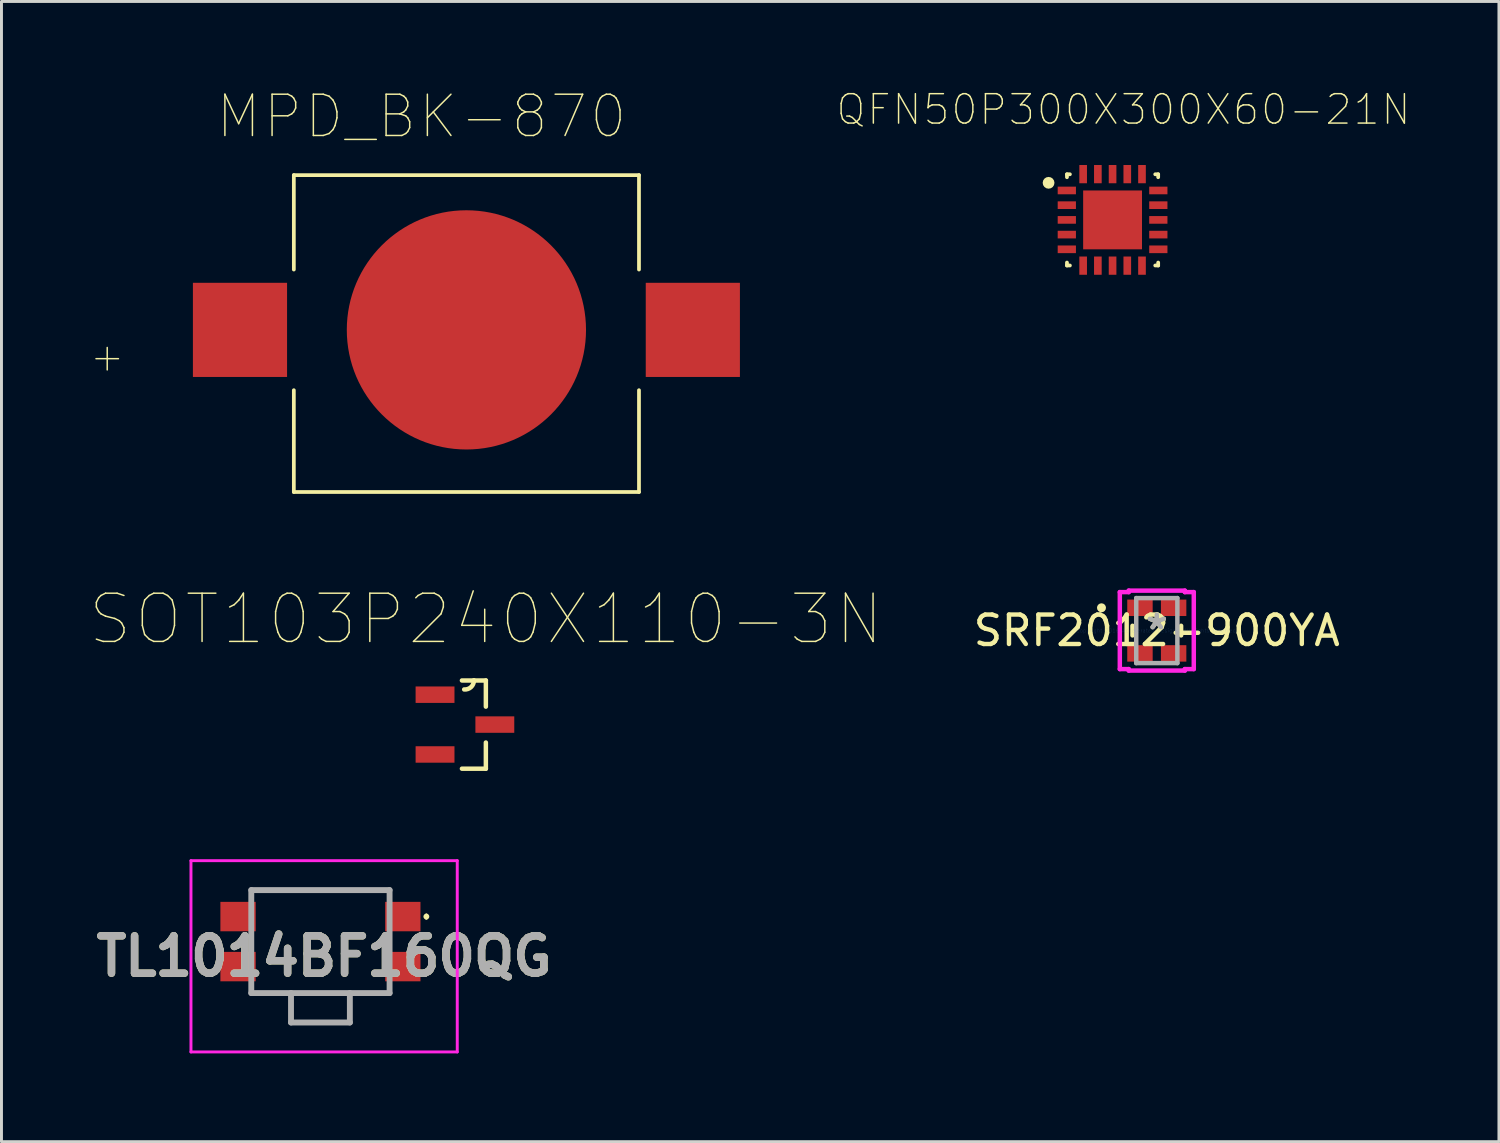
<source format=kicad_pcb>
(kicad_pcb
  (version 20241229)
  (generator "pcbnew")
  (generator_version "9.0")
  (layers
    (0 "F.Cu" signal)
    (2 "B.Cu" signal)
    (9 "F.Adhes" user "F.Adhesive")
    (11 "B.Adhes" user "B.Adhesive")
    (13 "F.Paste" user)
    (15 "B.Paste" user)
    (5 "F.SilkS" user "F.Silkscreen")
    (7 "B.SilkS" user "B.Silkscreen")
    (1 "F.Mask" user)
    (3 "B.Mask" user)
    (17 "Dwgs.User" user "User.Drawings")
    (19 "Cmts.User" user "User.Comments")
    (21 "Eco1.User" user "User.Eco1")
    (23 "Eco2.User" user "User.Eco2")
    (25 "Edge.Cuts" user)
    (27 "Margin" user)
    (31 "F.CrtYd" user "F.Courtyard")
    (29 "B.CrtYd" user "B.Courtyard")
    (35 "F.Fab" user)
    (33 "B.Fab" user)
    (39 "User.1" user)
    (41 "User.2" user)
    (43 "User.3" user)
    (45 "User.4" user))
  (footprint "SRF2012-900YA"
    (layer "F.Cu")
    (at 36.264 18.381)
    (property "Reference" "SRF2012-900YA" (at 0 0 0) (layer "F.SilkS") (effects (font (size 1 1) (thickness 0.15))))
    (attr through_hole)
    (fp_line (start -0.826 -0.163) (end -0.826 0.163) (stroke (width 0.152) (type solid)) (layer "F.SilkS"))
    (fp_line (start 0.826 0.163) (end 0.826 -0.163) (stroke (width 0.152) (type solid)) (layer "F.SilkS"))
    (fp_circle (center -1.88 -0.775) (end -1.803 -0.775) (stroke (width 0.152) (type solid)) (fill no) (layer "F.SilkS"))
    (fp_line (start -1.257 -1.308) (end -0.953 -1.308) (stroke (width 0.152) (type solid)) (layer "F.CrtYd"))
    (fp_line (start -1.257 1.308) (end -1.257 -1.308) (stroke (width 0.152) (type solid)) (layer "F.CrtYd"))
    (fp_line (start -0.953 -1.359) (end 0.953 -1.359) (stroke (width 0.152) (type solid)) (layer "F.CrtYd"))
    (fp_line (start -0.953 -1.308) (end -0.953 -1.359) (stroke (width 0.152) (type solid)) (layer "F.CrtYd"))
    (fp_line (start -0.953 1.308) (end -1.257 1.308) (stroke (width 0.152) (type solid)) (layer "F.CrtYd"))
    (fp_line (start -0.953 1.359) (end -0.953 1.308) (stroke (width 0.152) (type solid)) (layer "F.CrtYd"))
    (fp_line (start 0.953 -1.359) (end 0.953 -1.308) (stroke (width 0.152) (type solid)) (layer "F.CrtYd"))
    (fp_line (start 0.953 -1.308) (end 1.257 -1.308) (stroke (width 0.152) (type solid)) (layer "F.CrtYd"))
    (fp_line (start 0.953 1.308) (end 0.953 1.359) (stroke (width 0.152) (type solid)) (layer "F.CrtYd"))
    (fp_line (start 0.953 1.359) (end -0.953 1.359) (stroke (width 0.152) (type solid)) (layer "F.CrtYd"))
    (fp_line (start 1.257 -1.308) (end 1.257 1.308) (stroke (width 0.152) (type solid)) (layer "F.CrtYd"))
    (fp_line (start 1.257 1.308) (end 0.953 1.308) (stroke (width 0.152) (type solid)) (layer "F.CrtYd"))
    (fp_line (start -0.699 -1.105) (end -0.699 1.105) (stroke (width 0.152) (type solid)) (layer "F.Fab"))
    (fp_line (start -0.699 1.105) (end 0.699 1.105) (stroke (width 0.152) (type solid)) (layer "F.Fab"))
    (fp_line (start 0.699 -1.105) (end -0.699 -1.105) (stroke (width 0.152) (type solid)) (layer "F.Fab"))
    (fp_line (start 0.699 1.105) (end 0.699 -1.105) (stroke (width 0.152) (type solid)) (layer "F.Fab"))
    (fp_text user "*" (at 0 0 0) (layer "F.SilkS") (effects (font (size 1 1) (thickness 0.15))))
    (fp_text user "Copyright 2016 Accelerated Designs. All rights reserved." (at 0 0 0) (layer "Cmts.User") (effects (font (size 0.127 0.127) (thickness 0.002))))
    (fp_text user "*" (at 0 0 0) (layer "F.Fab") (effects (font (size 1 1) (thickness 0.15))))
    (pad "1" smd rect (at -0.572 -0.775) (size 0.864 0.559) (layers "F.Cu" "F.Mask" "F.Paste"))
    (pad "2" smd rect (at -0.572 0.775) (size 0.864 0.559) (layers "F.Cu" "F.Mask" "F.Paste"))
    (pad "3" smd rect (at 0.572 0.775) (size 0.864 0.559) (layers "F.Cu" "F.Mask" "F.Paste"))
    (pad "4" smd rect (at 0.572 -0.775) (size 0.864 0.559) (layers "F.Cu" "F.Mask" "F.Paste")))
  (footprint "MPD_BK-870"
    (layer "F.Cu")
    (at 12.801 8.161)
    (property "Reference" "MPD_BK-870" (at -1.527 -7.253 0) (layer "F.SilkS") (effects (font (size 1.403 1.403) (thickness 0.05))))
    (attr smd)
    (fp_line (start -5.865 -5.26) (end 5.865 -5.26) (stroke (width 0.127) (type solid)) (layer "F.SilkS"))
    (fp_line (start -5.865 -2.05) (end -5.865 -5.26) (stroke (width 0.127) (type solid)) (layer "F.SilkS"))
    (fp_line (start -5.865 5.51) (end -5.865 2.05) (stroke (width 0.127) (type solid)) (layer "F.SilkS"))
    (fp_line (start 5.865 -5.26) (end 5.865 -2.05) (stroke (width 0.127) (type solid)) (layer "F.SilkS"))
    (fp_line (start 5.865 2.05) (end 5.865 5.51) (stroke (width 0.127) (type solid)) (layer "F.SilkS"))
    (fp_line (start 5.865 5.51) (end -5.865 5.51) (stroke (width 0.127) (type solid)) (layer "F.SilkS"))
    (fp_line (start -9.545 -1.85) (end -6.115 -1.85) (stroke (width 0.05) (type solid)) (layer "Eco1.User"))
    (fp_line (start -9.545 1.85) (end -9.545 -1.85) (stroke (width 0.05) (type solid)) (layer "Eco1.User"))
    (fp_line (start -6.115 -5.51) (end 6.115 -5.51) (stroke (width 0.05) (type solid)) (layer "Eco1.User"))
    (fp_line (start -6.115 -1.85) (end -6.115 -5.51) (stroke (width 0.05) (type solid)) (layer "Eco1.User"))
    (fp_line (start -6.115 1.85) (end -9.545 1.85) (stroke (width 0.05) (type solid)) (layer "Eco1.User"))
    (fp_line (start -6.115 5.76) (end -6.115 1.85) (stroke (width 0.05) (type solid)) (layer "Eco1.User"))
    (fp_line (start 6.115 -5.51) (end 6.115 -1.85) (stroke (width 0.05) (type solid)) (layer "Eco1.User"))
    (fp_line (start 6.115 -1.85) (end 9.545 -1.85) (stroke (width 0.05) (type solid)) (layer "Eco1.User"))
    (fp_line (start 6.115 1.85) (end 6.115 5.76) (stroke (width 0.05) (type solid)) (layer "Eco1.User"))
    (fp_line (start 6.115 5.76) (end -6.115 5.76) (stroke (width 0.05) (type solid)) (layer "Eco1.User"))
    (fp_line (start 9.545 -1.85) (end 9.545 1.85) (stroke (width 0.05) (type solid)) (layer "Eco1.User"))
    (fp_line (start 9.545 1.85) (end 6.115 1.85) (stroke (width 0.05) (type solid)) (layer "Eco1.User"))
    (fp_line (start -5.865 -5.26) (end 5.865 -5.26) (stroke (width 0.127) (type solid)) (layer "Eco2.User"))
    (fp_line (start -5.865 5.51) (end -5.865 -5.26) (stroke (width 0.127) (type solid)) (layer "Eco2.User"))
    (fp_line (start 5.865 -5.26) (end 5.865 5.51) (stroke (width 0.127) (type solid)) (layer "Eco2.User"))
    (fp_line (start 5.865 5.51) (end -5.865 5.51) (stroke (width 0.127) (type solid)) (layer "Eco2.User"))
    (fp_text user "+" (at -12.207 0.9 0) (layer "F.SilkS") (effects (font (size 1 1) (thickness 0.05))))
    (pad "1" smd rect (at -7.695 0) (size 3.2 3.2) (layers "F.Cu" "F.Mask" "F.Paste"))
    (pad "1" smd rect (at 7.695 0) (size 3.2 3.2) (layers "F.Cu" "F.Mask" "F.Paste"))
    (pad "2" smd circle (at 0 0) (size 8.13 8.13) (layers "F.Cu" "F.Mask" "F.Paste")))
  (footprint "SOT103P240X110-3N"
    (layer "F.Cu")
    (at 12.751 21.575)
    (property "Reference" "SOT103P240X110-3N" (at 0.711 -3.582 0) (layer "F.SilkS") (effects (font (size 1.64 1.64) (thickness 0.05))))
    (attr smd)
    (fp_line (start -0.102 1.499) (end 0.711 1.499) (stroke (width 0.152) (type solid)) (layer "F.SilkS"))
    (fp_line (start 0.305 -1.499) (end -0.102 -1.499) (stroke (width 0.152) (type solid)) (layer "F.SilkS"))
    (fp_line (start 0.711 -1.499) (end 0.305 -1.499) (stroke (width 0.152) (type solid)) (layer "F.SilkS"))
    (fp_line (start 0.711 -0.61) (end 0.711 -1.499) (stroke (width 0.152) (type solid)) (layer "F.SilkS"))
    (fp_line (start 0.711 1.499) (end 0.711 0.61) (stroke (width 0.152) (type solid)) (layer "F.SilkS"))
    (fp_arc (start 0.304804 -1.498604) (mid 0.206761 -1.273555) (end -0.0254 -1.1938) (stroke (width 0.1524) (type solid)) (layer "F.SilkS"))
    (fp_line (start -1.245 -1.27) (end -1.245 -0.762) (stroke (width 0.1) (type solid)) (layer "Eco2.User"))
    (fp_line (start -1.245 -0.762) (end -0.711 -0.762) (stroke (width 0.1) (type solid)) (layer "Eco2.User"))
    (fp_line (start -1.245 0.762) (end -1.245 1.27) (stroke (width 0.1) (type solid)) (layer "Eco2.User"))
    (fp_line (start -1.245 1.27) (end -0.711 1.27) (stroke (width 0.1) (type solid)) (layer "Eco2.User"))
    (fp_line (start -0.711 -1.499) (end -0.711 -1.27) (stroke (width 0.1) (type solid)) (layer "Eco2.User"))
    (fp_line (start -0.711 -1.27) (end -1.245 -1.27) (stroke (width 0.1) (type solid)) (layer "Eco2.User"))
    (fp_line (start -0.711 -1.27) (end -0.711 -0.762) (stroke (width 0.1) (type solid)) (layer "Eco2.User"))
    (fp_line (start -0.711 -0.762) (end -0.711 0.762) (stroke (width 0.1) (type solid)) (layer "Eco2.User"))
    (fp_line (start -0.711 0.762) (end -1.245 0.762) (stroke (width 0.1) (type solid)) (layer "Eco2.User"))
    (fp_line (start -0.711 1.27) (end -0.711 0.762) (stroke (width 0.1) (type solid)) (layer "Eco2.User"))
    (fp_line (start -0.711 1.499) (end -0.711 1.27) (stroke (width 0.1) (type solid)) (layer "Eco2.User"))
    (fp_line (start -0.711 1.499) (end 0.711 1.499) (stroke (width 0.1) (type solid)) (layer "Eco2.User"))
    (fp_line (start -0.305 -1.499) (end -0.711 -1.499) (stroke (width 0.1) (type solid)) (layer "Eco2.User"))
    (fp_line (start 0.305 -1.499) (end -0.305 -1.499) (stroke (width 0.1) (type solid)) (layer "Eco2.User"))
    (fp_line (start 0.711 -1.499) (end 0.305 -1.499) (stroke (width 0.1) (type solid)) (layer "Eco2.User"))
    (fp_line (start 0.711 -0.254) (end 0.711 -1.499) (stroke (width 0.1) (type solid)) (layer "Eco2.User"))
    (fp_line (start 0.711 0.254) (end 0.711 -0.254) (stroke (width 0.1) (type solid)) (layer "Eco2.User"))
    (fp_line (start 0.711 0.254) (end 1.245 0.254) (stroke (width 0.1) (type solid)) (layer "Eco2.User"))
    (fp_line (start 0.711 1.499) (end 0.711 0.254) (stroke (width 0.1) (type solid)) (layer "Eco2.User"))
    (fp_line (start 1.245 -0.254) (end 0.711 -0.254) (stroke (width 0.1) (type solid)) (layer "Eco2.User"))
    (fp_line (start 1.245 0.254) (end 1.245 -0.254) (stroke (width 0.1) (type solid)) (layer "Eco2.User"))
    (fp_arc (start 0.3048 -1.4986) (mid 0 -1.1938) (end -0.3048 -1.4986) (stroke (width 0.1) (type solid)) (layer "Eco2.User"))
    (pad "D" smd rect (at 1.016 0) (size 1.321 0.559) (layers "F.Cu" "F.Mask" "F.Paste"))
    (pad "G" smd rect (at -1.016 -1.016) (size 1.321 0.559) (layers "F.Cu" "F.Mask" "F.Paste"))
    (pad "S" smd rect (at -1.016 1.016) (size 1.321 0.559) (layers "F.Cu" "F.Mask" "F.Paste")))
  (footprint "QFN50P300X300X60-21N"
    (layer "F.Cu")
    (at 34.761 4.423)
    (property "Reference" "QFN50P300X300X60-21N" (at 0.37 -3.75 0) (layer "F.SilkS") (effects (font (size 1 1) (thickness 0.05))))
    (attr smd)
    (fp_line (start -1.55 -1.55) (end -1.55 -1.45) (stroke (width 0.127) (type solid)) (layer "F.SilkS"))
    (fp_line (start -1.55 -1.55) (end -1.45 -1.55) (stroke (width 0.127) (type solid)) (layer "F.SilkS"))
    (fp_line (start -1.55 1.55) (end -1.55 1.45) (stroke (width 0.127) (type solid)) (layer "F.SilkS"))
    (fp_line (start -1.55 1.55) (end -1.45 1.55) (stroke (width 0.127) (type solid)) (layer "F.SilkS"))
    (fp_line (start 1.55 -1.55) (end 1.45 -1.55) (stroke (width 0.127) (type solid)) (layer "F.SilkS"))
    (fp_line (start 1.55 -1.55) (end 1.55 -1.45) (stroke (width 0.127) (type solid)) (layer "F.SilkS"))
    (fp_line (start 1.55 1.55) (end 1.45 1.55) (stroke (width 0.127) (type solid)) (layer "F.SilkS"))
    (fp_line (start 1.55 1.55) (end 1.55 1.45) (stroke (width 0.127) (type solid)) (layer "F.SilkS"))
    (fp_circle (center -2.175 -1.26) (end -2.075 -1.26) (stroke (width 0.2) (type solid)) (fill no) (layer "F.SilkS"))
    (fp_line (start -2.115 -2.115) (end 2.115 -2.115) (stroke (width 0.05) (type solid)) (layer "Eco1.User"))
    (fp_line (start -2.115 2.115) (end -2.115 -2.115) (stroke (width 0.05) (type solid)) (layer "Eco1.User"))
    (fp_line (start -2.115 2.115) (end 2.115 2.115) (stroke (width 0.05) (type solid)) (layer "Eco1.User"))
    (fp_line (start 2.115 2.115) (end 2.115 -2.115) (stroke (width 0.05) (type solid)) (layer "Eco1.User"))
    (fp_line (start -1.55 1.55) (end -1.55 -1.55) (stroke (width 0.127) (type solid)) (layer "Eco2.User"))
    (fp_line (start 1.55 -1.55) (end -1.55 -1.55) (stroke (width 0.127) (type solid)) (layer "Eco2.User"))
    (fp_line (start 1.55 1.55) (end -1.55 1.55) (stroke (width 0.127) (type solid)) (layer "Eco2.User"))
    (fp_line (start 1.55 1.55) (end 1.55 -1.55) (stroke (width 0.127) (type solid)) (layer "Eco2.User"))
    (fp_circle (center -2.175 -1.26) (end -2.075 -1.26) (stroke (width 0.2) (type solid)) (fill no) (layer "Eco2.User"))
    (pad "0" smd rect (at 0 0 90) (size 2 2) (layers "F.Cu" "F.Mask" "F.Paste"))
    (pad "1" smd rect (at -1.555 -1) (size 0.62 0.26) (layers "F.Cu" "F.Mask" "F.Paste"))
    (pad "2" smd rect (at -1.555 -0.5) (size 0.62 0.26) (layers "F.Cu" "F.Mask" "F.Paste"))
    (pad "3" smd rect (at -1.555 0) (size 0.62 0.26) (layers "F.Cu" "F.Mask" "F.Paste"))
    (pad "4" smd rect (at -1.555 0.5) (size 0.62 0.26) (layers "F.Cu" "F.Mask" "F.Paste"))
    (pad "5" smd rect (at -1.555 1) (size 0.62 0.26) (layers "F.Cu" "F.Mask" "F.Paste"))
    (pad "6" smd rect (at -1 1.555 90) (size 0.62 0.26) (layers "F.Cu" "F.Mask" "F.Paste"))
    (pad "7" smd rect (at -0.5 1.555 90) (size 0.62 0.26) (layers "F.Cu" "F.Mask" "F.Paste"))
    (pad "8" smd rect (at 0 1.555 90) (size 0.62 0.26) (layers "F.Cu" "F.Mask" "F.Paste"))
    (pad "9" smd rect (at 0.5 1.555 90) (size 0.62 0.26) (layers "F.Cu" "F.Mask" "F.Paste"))
    (pad "10" smd rect (at 1 1.555 90) (size 0.62 0.26) (layers "F.Cu" "F.Mask" "F.Paste"))
    (pad "11" smd rect (at 1.555 1) (size 0.62 0.26) (layers "F.Cu" "F.Mask" "F.Paste"))
    (pad "12" smd rect (at 1.555 0.5) (size 0.62 0.26) (layers "F.Cu" "F.Mask" "F.Paste"))
    (pad "13" smd rect (at 1.555 0) (size 0.62 0.26) (layers "F.Cu" "F.Mask" "F.Paste"))
    (pad "14" smd rect (at 1.555 -0.5) (size 0.62 0.26) (layers "F.Cu" "F.Mask" "F.Paste"))
    (pad "15" smd rect (at 1.555 -1) (size 0.62 0.26) (layers "F.Cu" "F.Mask" "F.Paste"))
    (pad "16" smd rect (at 1 -1.555 90) (size 0.62 0.26) (layers "F.Cu" "F.Mask" "F.Paste"))
    (pad "17" smd rect (at 0.5 -1.555 90) (size 0.62 0.26) (layers "F.Cu" "F.Mask" "F.Paste"))
    (pad "18" smd rect (at 0 -1.555 90) (size 0.62 0.26) (layers "F.Cu" "F.Mask" "F.Paste"))
    (pad "19" smd rect (at -0.5 -1.555 90) (size 0.62 0.26) (layers "F.Cu" "F.Mask" "F.Paste"))
    (pad "20" smd rect (at -1 -1.555 90) (size 0.62 0.26) (layers "F.Cu" "F.Mask" "F.Paste")))
  (footprint "TL1014BF160QG"
    (layer "F.Cu")
    (at 7.965 29.45)
    (property "Reference" "TL1014BF160QG" (at 0 0 0) (layer "F.SilkS") (effects (font (size 1.27 1.27) (thickness 0.254))))
    (attr through_hole)
    (fp_line (start -2.475 -2.25) (end -1.125 -2.25) (stroke (width 0.1) (type solid)) (layer "F.SilkS"))
    (fp_line (start -2.475 1.25) (end -1.125 1.25) (stroke (width 0.1) (type solid)) (layer "F.SilkS"))
    (fp_line (start -1.125 1.25) (end -1.125 2.25) (stroke (width 0.1) (type solid)) (layer "F.SilkS"))
    (fp_line (start -1.125 2.25) (end 0.875 2.25) (stroke (width 0.1) (type solid)) (layer "F.SilkS"))
    (fp_line (start 0.875 -2.25) (end 2.225 -2.25) (stroke (width 0.1) (type solid)) (layer "F.SilkS"))
    (fp_line (start 0.875 1.25) (end 2.225 1.25) (stroke (width 0.1) (type solid)) (layer "F.SilkS"))
    (fp_line (start 0.875 2.25) (end 0.875 1.25) (stroke (width 0.1) (type solid)) (layer "F.SilkS"))
    (fp_line (start 3.475 -1.4) (end 3.475 -1.4) (stroke (width 0.1) (type solid)) (layer "F.SilkS"))
    (fp_line (start 3.475 -1.3) (end 3.475 -1.3) (stroke (width 0.1) (type solid)) (layer "F.SilkS"))
    (fp_arc (start 3.475 -1.4) (mid 3.525 -1.35) (end 3.475 -1.3) (stroke (width 0.1) (type solid)) (layer "F.SilkS"))
    (fp_arc (start 3.475 -1.3) (mid 3.425 -1.35) (end 3.475 -1.4) (stroke (width 0.1) (type solid)) (layer "F.SilkS"))
    (fp_line (start -4.525 -3.25) (end 4.525 -3.25) (stroke (width 0.1) (type solid)) (layer "F.CrtYd"))
    (fp_line (start -4.525 3.25) (end -4.525 -3.25) (stroke (width 0.1) (type solid)) (layer "F.CrtYd"))
    (fp_line (start 4.525 -3.25) (end 4.525 3.25) (stroke (width 0.1) (type solid)) (layer "F.CrtYd"))
    (fp_line (start 4.525 3.25) (end -4.525 3.25) (stroke (width 0.1) (type solid)) (layer "F.CrtYd"))
    (fp_line (start -2.475 -2.25) (end 2.225 -2.25) (stroke (width 0.2) (type solid)) (layer "F.Fab"))
    (fp_line (start -2.475 1.25) (end -2.475 -2.25) (stroke (width 0.2) (type solid)) (layer "F.Fab"))
    (fp_line (start -1.125 1.25) (end -1.125 2.25) (stroke (width 0.2) (type solid)) (layer "F.Fab"))
    (fp_line (start -1.125 2.25) (end 0.875 2.25) (stroke (width 0.2) (type solid)) (layer "F.Fab"))
    (fp_line (start 0.875 2.25) (end 0.875 1.25) (stroke (width 0.2) (type solid)) (layer "F.Fab"))
    (fp_line (start 2.225 -2.25) (end 2.225 1.25) (stroke (width 0.2) (type solid)) (layer "F.Fab"))
    (fp_line (start 2.225 1.25) (end -2.475 1.25) (stroke (width 0.2) (type solid)) (layer "F.Fab"))
    (fp_text user "${REFERENCE}" (at 0 0 0) (layer "F.Fab") (effects (font (size 1.27 1.27) (thickness 0.254))))
    (pad "" np_thru_hole circle (at -0.125 -1.875) (size 0.001 0.001) (drill 0.75) (layers "*.Cu" "*.Mask"))
    (pad "" np_thru_hole circle (at -0.125 0.875) (size 0.001 0.001) (drill 0.75) (layers "*.Cu" "*.Mask"))
    (pad "1" smd rect (at 2.675 -1.35 90) (size 1 1.2) (layers "F.Cu" "F.Paste"))
    (pad "2" smd rect (at 2.675 0.35 90) (size 1 1.2) (layers "F.Cu" "F.Paste"))
    (pad "3" smd rect (at -2.925 -1.35 90) (size 1 1.2) (layers "F.Cu" "F.Paste"))
    (pad "4" smd rect (at -2.925 0.35 90) (size 1 1.2) (layers "F.Cu" "F.Paste")))
  (gr_rect
    (start -3 -3)
    (end 47.892 35.75)
    (stroke (width 0.1) (type default))
    (fill no)
    (layer "Edge.Cuts")))
</source>
